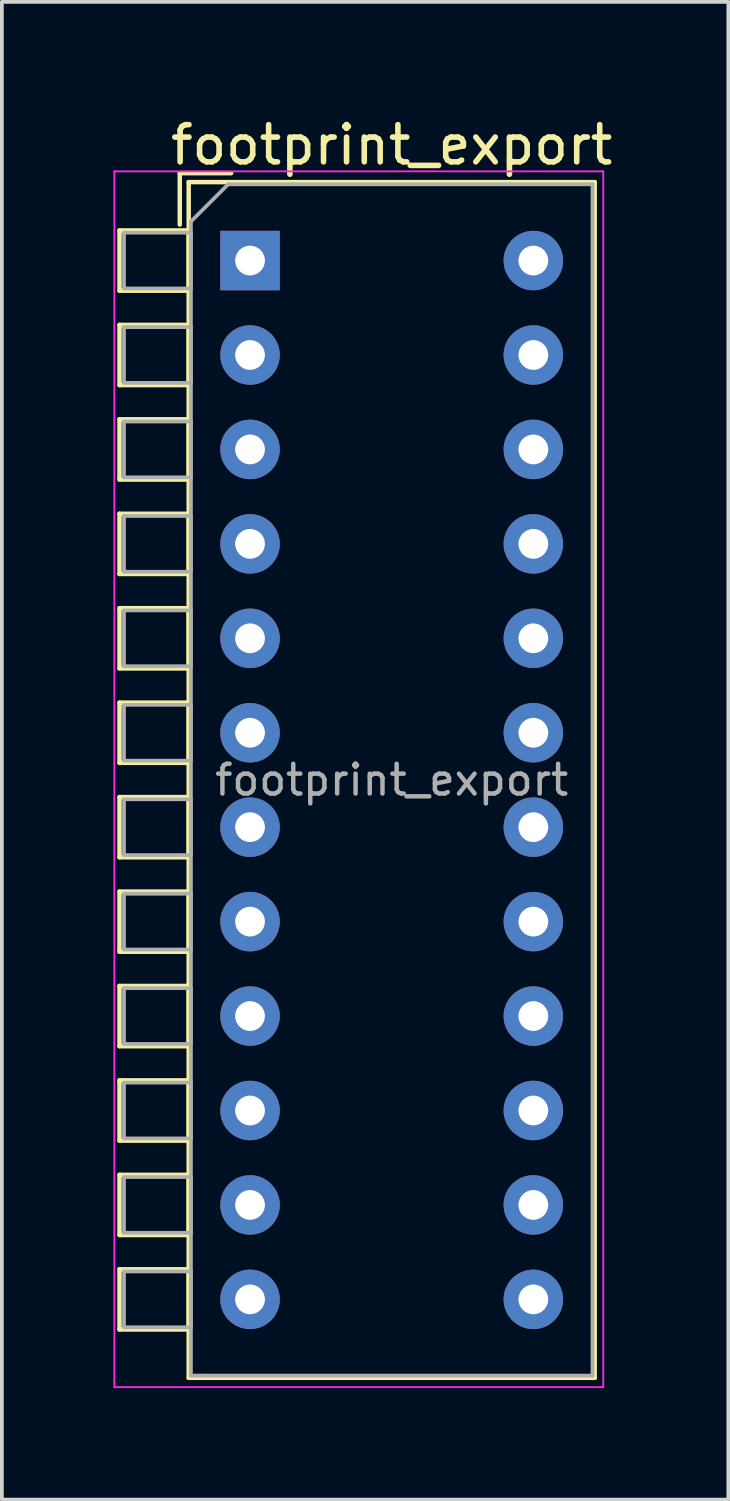
<source format=kicad_pcb>
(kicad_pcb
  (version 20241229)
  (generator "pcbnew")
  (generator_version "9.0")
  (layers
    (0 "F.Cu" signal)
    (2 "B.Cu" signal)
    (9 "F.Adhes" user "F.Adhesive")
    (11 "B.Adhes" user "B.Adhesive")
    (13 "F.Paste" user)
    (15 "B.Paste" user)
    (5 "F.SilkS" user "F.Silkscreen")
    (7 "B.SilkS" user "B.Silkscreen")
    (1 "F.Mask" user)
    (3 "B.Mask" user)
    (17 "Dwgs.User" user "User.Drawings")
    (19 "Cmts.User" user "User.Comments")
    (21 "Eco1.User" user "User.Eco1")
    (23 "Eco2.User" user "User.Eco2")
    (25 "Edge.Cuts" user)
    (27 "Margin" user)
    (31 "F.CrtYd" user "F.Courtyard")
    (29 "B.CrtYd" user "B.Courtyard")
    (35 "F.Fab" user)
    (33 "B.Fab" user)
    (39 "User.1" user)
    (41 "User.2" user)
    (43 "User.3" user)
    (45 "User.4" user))
  (footprint "footprint_export"
    (layer "F.Cu")
    (at 3.675 3.958)
    (property "Reference" "footprint_export" (at 3.81 -3.11 0) (layer "F.SilkS") (effects (font (size 1 1) (thickness 0.15))))
    (attr through_hole)
    (fp_line (start -3.51 -0.81) (end -3.51 0.81) (stroke (width 0.12) (type solid)) (layer "F.SilkS"))
    (fp_line (start -3.51 -0.81) (end -1.65 -0.81) (stroke (width 0.12) (type solid)) (layer "F.SilkS"))
    (fp_line (start -3.51 0.81) (end -1.65 0.81) (stroke (width 0.12) (type solid)) (layer "F.SilkS"))
    (fp_line (start -3.51 1.73) (end -3.51 3.35) (stroke (width 0.12) (type solid)) (layer "F.SilkS"))
    (fp_line (start -3.51 1.73) (end -1.65 1.73) (stroke (width 0.12) (type solid)) (layer "F.SilkS"))
    (fp_line (start -3.51 3.35) (end -1.65 3.35) (stroke (width 0.12) (type solid)) (layer "F.SilkS"))
    (fp_line (start -3.51 4.27) (end -3.51 5.89) (stroke (width 0.12) (type solid)) (layer "F.SilkS"))
    (fp_line (start -3.51 4.27) (end -1.65 4.27) (stroke (width 0.12) (type solid)) (layer "F.SilkS"))
    (fp_line (start -3.51 5.89) (end -1.65 5.89) (stroke (width 0.12) (type solid)) (layer "F.SilkS"))
    (fp_line (start -3.51 6.81) (end -3.51 8.43) (stroke (width 0.12) (type solid)) (layer "F.SilkS"))
    (fp_line (start -3.51 6.81) (end -1.65 6.81) (stroke (width 0.12) (type solid)) (layer "F.SilkS"))
    (fp_line (start -3.51 8.43) (end -1.65 8.43) (stroke (width 0.12) (type solid)) (layer "F.SilkS"))
    (fp_line (start -3.51 9.35) (end -3.51 10.97) (stroke (width 0.12) (type solid)) (layer "F.SilkS"))
    (fp_line (start -3.51 9.35) (end -1.65 9.35) (stroke (width 0.12) (type solid)) (layer "F.SilkS"))
    (fp_line (start -3.51 10.97) (end -1.65 10.97) (stroke (width 0.12) (type solid)) (layer "F.SilkS"))
    (fp_line (start -3.51 11.89) (end -3.51 13.51) (stroke (width 0.12) (type solid)) (layer "F.SilkS"))
    (fp_line (start -3.51 11.89) (end -1.65 11.89) (stroke (width 0.12) (type solid)) (layer "F.SilkS"))
    (fp_line (start -3.51 13.51) (end -1.65 13.51) (stroke (width 0.12) (type solid)) (layer "F.SilkS"))
    (fp_line (start -3.51 14.43) (end -3.51 16.05) (stroke (width 0.12) (type solid)) (layer "F.SilkS"))
    (fp_line (start -3.51 14.43) (end -1.65 14.43) (stroke (width 0.12) (type solid)) (layer "F.SilkS"))
    (fp_line (start -3.51 16.05) (end -1.65 16.05) (stroke (width 0.12) (type solid)) (layer "F.SilkS"))
    (fp_line (start -3.51 16.971) (end -3.51 18.591) (stroke (width 0.12) (type solid)) (layer "F.SilkS"))
    (fp_line (start -3.51 16.971) (end -1.65 16.971) (stroke (width 0.12) (type solid)) (layer "F.SilkS"))
    (fp_line (start -3.51 18.591) (end -1.65 18.591) (stroke (width 0.12) (type solid)) (layer "F.SilkS"))
    (fp_line (start -3.51 19.51) (end -3.51 21.131) (stroke (width 0.12) (type solid)) (layer "F.SilkS"))
    (fp_line (start -3.51 19.51) (end -1.65 19.51) (stroke (width 0.12) (type solid)) (layer "F.SilkS"))
    (fp_line (start -3.51 21.131) (end -1.65 21.131) (stroke (width 0.12) (type solid)) (layer "F.SilkS"))
    (fp_line (start -3.51 22.05) (end -3.51 23.67) (stroke (width 0.12) (type solid)) (layer "F.SilkS"))
    (fp_line (start -3.51 22.05) (end -1.65 22.05) (stroke (width 0.12) (type solid)) (layer "F.SilkS"))
    (fp_line (start -3.51 23.67) (end -1.65 23.67) (stroke (width 0.12) (type solid)) (layer "F.SilkS"))
    (fp_line (start -3.51 24.59) (end -3.51 26.21) (stroke (width 0.12) (type solid)) (layer "F.SilkS"))
    (fp_line (start -3.51 24.59) (end -1.65 24.59) (stroke (width 0.12) (type solid)) (layer "F.SilkS"))
    (fp_line (start -3.51 26.21) (end -1.65 26.21) (stroke (width 0.12) (type solid)) (layer "F.SilkS"))
    (fp_line (start -3.51 27.131) (end -3.51 28.751) (stroke (width 0.12) (type solid)) (layer "F.SilkS"))
    (fp_line (start -3.51 27.131) (end -1.65 27.131) (stroke (width 0.12) (type solid)) (layer "F.SilkS"))
    (fp_line (start -3.51 28.751) (end -1.65 28.751) (stroke (width 0.12) (type solid)) (layer "F.SilkS"))
    (fp_line (start -1.89 -2.35) (end -1.89 -0.967) (stroke (width 0.12) (type solid)) (layer "F.SilkS"))
    (fp_line (start -1.89 -2.35) (end -0.507 -2.35) (stroke (width 0.12) (type solid)) (layer "F.SilkS"))
    (fp_line (start -1.65 -2.11) (end -1.65 30.05) (stroke (width 0.12) (type solid)) (layer "F.SilkS"))
    (fp_line (start -1.65 -2.11) (end 9.27 -2.11) (stroke (width 0.12) (type solid)) (layer "F.SilkS"))
    (fp_line (start -1.65 -0.81) (end -1.65 0.81) (stroke (width 0.12) (type solid)) (layer "F.SilkS"))
    (fp_line (start -1.65 1.73) (end -1.65 3.35) (stroke (width 0.12) (type solid)) (layer "F.SilkS"))
    (fp_line (start -1.65 4.27) (end -1.65 5.89) (stroke (width 0.12) (type solid)) (layer "F.SilkS"))
    (fp_line (start -1.65 6.81) (end -1.65 8.43) (stroke (width 0.12) (type solid)) (layer "F.SilkS"))
    (fp_line (start -1.65 9.35) (end -1.65 10.97) (stroke (width 0.12) (type solid)) (layer "F.SilkS"))
    (fp_line (start -1.65 11.89) (end -1.65 13.51) (stroke (width 0.12) (type solid)) (layer "F.SilkS"))
    (fp_line (start -1.65 14.43) (end -1.65 16.05) (stroke (width 0.12) (type solid)) (layer "F.SilkS"))
    (fp_line (start -1.65 16.971) (end -1.65 18.591) (stroke (width 0.12) (type solid)) (layer "F.SilkS"))
    (fp_line (start -1.65 19.51) (end -1.65 21.131) (stroke (width 0.12) (type solid)) (layer "F.SilkS"))
    (fp_line (start -1.65 22.05) (end -1.65 23.67) (stroke (width 0.12) (type solid)) (layer "F.SilkS"))
    (fp_line (start -1.65 24.59) (end -1.65 26.21) (stroke (width 0.12) (type solid)) (layer "F.SilkS"))
    (fp_line (start -1.65 27.131) (end -1.65 28.751) (stroke (width 0.12) (type solid)) (layer "F.SilkS"))
    (fp_line (start -1.65 30.05) (end 9.27 30.05) (stroke (width 0.12) (type solid)) (layer "F.SilkS"))
    (fp_line (start 9.27 -2.11) (end 9.27 30.05) (stroke (width 0.12) (type solid)) (layer "F.SilkS"))
    (fp_line (start -3.65 -2.4) (end -3.65 30.3) (stroke (width 0.05) (type solid)) (layer "F.CrtYd"))
    (fp_line (start -3.65 30.3) (end 9.5 30.3) (stroke (width 0.05) (type solid)) (layer "F.CrtYd"))
    (fp_line (start 9.5 -2.4) (end -3.65 -2.4) (stroke (width 0.05) (type solid)) (layer "F.CrtYd"))
    (fp_line (start 9.5 30.3) (end 9.5 -2.4) (stroke (width 0.05) (type solid)) (layer "F.CrtYd"))
    (fp_line (start -3.39 -0.75) (end -1.59 -0.75) (stroke (width 0.1) (type solid)) (layer "F.Fab"))
    (fp_line (start -3.39 0.75) (end -3.39 -0.75) (stroke (width 0.1) (type solid)) (layer "F.Fab"))
    (fp_line (start -3.39 1.79) (end -1.59 1.79) (stroke (width 0.1) (type solid)) (layer "F.Fab"))
    (fp_line (start -3.39 3.29) (end -3.39 1.79) (stroke (width 0.1) (type solid)) (layer "F.Fab"))
    (fp_line (start -3.39 4.33) (end -1.59 4.33) (stroke (width 0.1) (type solid)) (layer "F.Fab"))
    (fp_line (start -3.39 5.83) (end -3.39 4.33) (stroke (width 0.1) (type solid)) (layer "F.Fab"))
    (fp_line (start -3.39 6.87) (end -1.59 6.87) (stroke (width 0.1) (type solid)) (layer "F.Fab"))
    (fp_line (start -3.39 8.37) (end -3.39 6.87) (stroke (width 0.1) (type solid)) (layer "F.Fab"))
    (fp_line (start -3.39 9.41) (end -1.59 9.41) (stroke (width 0.1) (type solid)) (layer "F.Fab"))
    (fp_line (start -3.39 10.91) (end -3.39 9.41) (stroke (width 0.1) (type solid)) (layer "F.Fab"))
    (fp_line (start -3.39 11.95) (end -1.59 11.95) (stroke (width 0.1) (type solid)) (layer "F.Fab"))
    (fp_line (start -3.39 13.45) (end -3.39 11.95) (stroke (width 0.1) (type solid)) (layer "F.Fab"))
    (fp_line (start -3.39 14.49) (end -1.59 14.49) (stroke (width 0.1) (type solid)) (layer "F.Fab"))
    (fp_line (start -3.39 15.99) (end -3.39 14.49) (stroke (width 0.1) (type solid)) (layer "F.Fab"))
    (fp_line (start -3.39 17.03) (end -1.59 17.03) (stroke (width 0.1) (type solid)) (layer "F.Fab"))
    (fp_line (start -3.39 18.53) (end -3.39 17.03) (stroke (width 0.1) (type solid)) (layer "F.Fab"))
    (fp_line (start -3.39 19.57) (end -1.59 19.57) (stroke (width 0.1) (type solid)) (layer "F.Fab"))
    (fp_line (start -3.39 21.07) (end -3.39 19.57) (stroke (width 0.1) (type solid)) (layer "F.Fab"))
    (fp_line (start -3.39 22.11) (end -1.59 22.11) (stroke (width 0.1) (type solid)) (layer "F.Fab"))
    (fp_line (start -3.39 23.61) (end -3.39 22.11) (stroke (width 0.1) (type solid)) (layer "F.Fab"))
    (fp_line (start -3.39 24.65) (end -1.59 24.65) (stroke (width 0.1) (type solid)) (layer "F.Fab"))
    (fp_line (start -3.39 26.15) (end -3.39 24.65) (stroke (width 0.1) (type solid)) (layer "F.Fab"))
    (fp_line (start -3.39 27.19) (end -1.59 27.19) (stroke (width 0.1) (type solid)) (layer "F.Fab"))
    (fp_line (start -3.39 28.69) (end -3.39 27.19) (stroke (width 0.1) (type solid)) (layer "F.Fab"))
    (fp_line (start -1.59 -1.05) (end -0.59 -2.05) (stroke (width 0.1) (type solid)) (layer "F.Fab"))
    (fp_line (start -1.59 -0.75) (end -1.59 0.75) (stroke (width 0.1) (type solid)) (layer "F.Fab"))
    (fp_line (start -1.59 0.75) (end -3.39 0.75) (stroke (width 0.1) (type solid)) (layer "F.Fab"))
    (fp_line (start -1.59 1.79) (end -1.59 3.29) (stroke (width 0.1) (type solid)) (layer "F.Fab"))
    (fp_line (start -1.59 3.29) (end -3.39 3.29) (stroke (width 0.1) (type solid)) (layer "F.Fab"))
    (fp_line (start -1.59 4.33) (end -1.59 5.83) (stroke (width 0.1) (type solid)) (layer "F.Fab"))
    (fp_line (start -1.59 5.83) (end -3.39 5.83) (stroke (width 0.1) (type solid)) (layer "F.Fab"))
    (fp_line (start -1.59 6.87) (end -1.59 8.37) (stroke (width 0.1) (type solid)) (layer "F.Fab"))
    (fp_line (start -1.59 8.37) (end -3.39 8.37) (stroke (width 0.1) (type solid)) (layer "F.Fab"))
    (fp_line (start -1.59 9.41) (end -1.59 10.91) (stroke (width 0.1) (type solid)) (layer "F.Fab"))
    (fp_line (start -1.59 10.91) (end -3.39 10.91) (stroke (width 0.1) (type solid)) (layer "F.Fab"))
    (fp_line (start -1.59 11.95) (end -1.59 13.45) (stroke (width 0.1) (type solid)) (layer "F.Fab"))
    (fp_line (start -1.59 13.45) (end -3.39 13.45) (stroke (width 0.1) (type solid)) (layer "F.Fab"))
    (fp_line (start -1.59 14.49) (end -1.59 15.99) (stroke (width 0.1) (type solid)) (layer "F.Fab"))
    (fp_line (start -1.59 15.99) (end -3.39 15.99) (stroke (width 0.1) (type solid)) (layer "F.Fab"))
    (fp_line (start -1.59 17.03) (end -1.59 18.53) (stroke (width 0.1) (type solid)) (layer "F.Fab"))
    (fp_line (start -1.59 18.53) (end -3.39 18.53) (stroke (width 0.1) (type solid)) (layer "F.Fab"))
    (fp_line (start -1.59 19.57) (end -1.59 21.07) (stroke (width 0.1) (type solid)) (layer "F.Fab"))
    (fp_line (start -1.59 21.07) (end -3.39 21.07) (stroke (width 0.1) (type solid)) (layer "F.Fab"))
    (fp_line (start -1.59 22.11) (end -1.59 23.61) (stroke (width 0.1) (type solid)) (layer "F.Fab"))
    (fp_line (start -1.59 23.61) (end -3.39 23.61) (stroke (width 0.1) (type solid)) (layer "F.Fab"))
    (fp_line (start -1.59 24.65) (end -1.59 26.15) (stroke (width 0.1) (type solid)) (layer "F.Fab"))
    (fp_line (start -1.59 26.15) (end -3.39 26.15) (stroke (width 0.1) (type solid)) (layer "F.Fab"))
    (fp_line (start -1.59 27.19) (end -1.59 28.69) (stroke (width 0.1) (type solid)) (layer "F.Fab"))
    (fp_line (start -1.59 28.69) (end -3.39 28.69) (stroke (width 0.1) (type solid)) (layer "F.Fab"))
    (fp_line (start -1.59 29.99) (end -1.59 -1.05) (stroke (width 0.1) (type solid)) (layer "F.Fab"))
    (fp_line (start -0.59 -2.05) (end 9.21 -2.05) (stroke (width 0.1) (type solid)) (layer "F.Fab"))
    (fp_line (start 9.21 -2.05) (end 9.21 29.99) (stroke (width 0.1) (type solid)) (layer "F.Fab"))
    (fp_line (start 9.21 29.99) (end -1.59 29.99) (stroke (width 0.1) (type solid)) (layer "F.Fab"))
    (fp_text user "${REFERENCE}" (at 3.81 13.97 0) (layer "F.Fab") (effects (font (size 0.8 0.8) (thickness 0.12))))
    (pad "1" thru_hole rect (at 0 0) (size 1.6 1.6) (drill 0.8) (layers "*.Cu" "*.Mask"))
    (pad "2" thru_hole oval (at 0 2.54) (size 1.6 1.6) (drill 0.8) (layers "*.Cu" "*.Mask"))
    (pad "3" thru_hole oval (at 0 5.08) (size 1.6 1.6) (drill 0.8) (layers "*.Cu" "*.Mask"))
    (pad "4" thru_hole oval (at 0 7.62) (size 1.6 1.6) (drill 0.8) (layers "*.Cu" "*.Mask"))
    (pad "5" thru_hole oval (at 0 10.16) (size 1.6 1.6) (drill 0.8) (layers "*.Cu" "*.Mask"))
    (pad "6" thru_hole oval (at 0 12.7) (size 1.6 1.6) (drill 0.8) (layers "*.Cu" "*.Mask"))
    (pad "7" thru_hole oval (at 0 15.24) (size 1.6 1.6) (drill 0.8) (layers "*.Cu" "*.Mask"))
    (pad "8" thru_hole oval (at 0 17.78) (size 1.6 1.6) (drill 0.8) (layers "*.Cu" "*.Mask"))
    (pad "9" thru_hole oval (at 0 20.32) (size 1.6 1.6) (drill 0.8) (layers "*.Cu" "*.Mask"))
    (pad "10" thru_hole oval (at 0 22.86) (size 1.6 1.6) (drill 0.8) (layers "*.Cu" "*.Mask"))
    (pad "11" thru_hole oval (at 0 25.4) (size 1.6 1.6) (drill 0.8) (layers "*.Cu" "*.Mask"))
    (pad "12" thru_hole oval (at 0 27.94) (size 1.6 1.6) (drill 0.8) (layers "*.Cu" "*.Mask"))
    (pad "13" thru_hole oval (at 7.62 27.94) (size 1.6 1.6) (drill 0.8) (layers "*.Cu" "*.Mask"))
    (pad "14" thru_hole oval (at 7.62 25.4) (size 1.6 1.6) (drill 0.8) (layers "*.Cu" "*.Mask"))
    (pad "15" thru_hole oval (at 7.62 22.86) (size 1.6 1.6) (drill 0.8) (layers "*.Cu" "*.Mask"))
    (pad "16" thru_hole oval (at 7.62 20.32) (size 1.6 1.6) (drill 0.8) (layers "*.Cu" "*.Mask"))
    (pad "17" thru_hole oval (at 7.62 17.78) (size 1.6 1.6) (drill 0.8) (layers "*.Cu" "*.Mask"))
    (pad "18" thru_hole oval (at 7.62 15.24) (size 1.6 1.6) (drill 0.8) (layers "*.Cu" "*.Mask"))
    (pad "19" thru_hole oval (at 7.62 12.7) (size 1.6 1.6) (drill 0.8) (layers "*.Cu" "*.Mask"))
    (pad "20" thru_hole oval (at 7.62 10.16) (size 1.6 1.6) (drill 0.8) (layers "*.Cu" "*.Mask"))
    (pad "21" thru_hole oval (at 7.62 7.62) (size 1.6 1.6) (drill 0.8) (layers "*.Cu" "*.Mask"))
    (pad "22" thru_hole oval (at 7.62 5.08) (size 1.6 1.6) (drill 0.8) (layers "*.Cu" "*.Mask"))
    (pad "23" thru_hole oval (at 7.62 2.54) (size 1.6 1.6) (drill 0.8) (layers "*.Cu" "*.Mask"))
    (pad "24" thru_hole oval (at 7.62 0) (size 1.6 1.6) (drill 0.8) (layers "*.Cu" "*.Mask")))
  (gr_rect
    (start -3 -3)
    (end 16.539 37.283)
    (stroke (width 0.1) (type default))
    (fill no)
    (layer "Edge.Cuts")))
</source>
